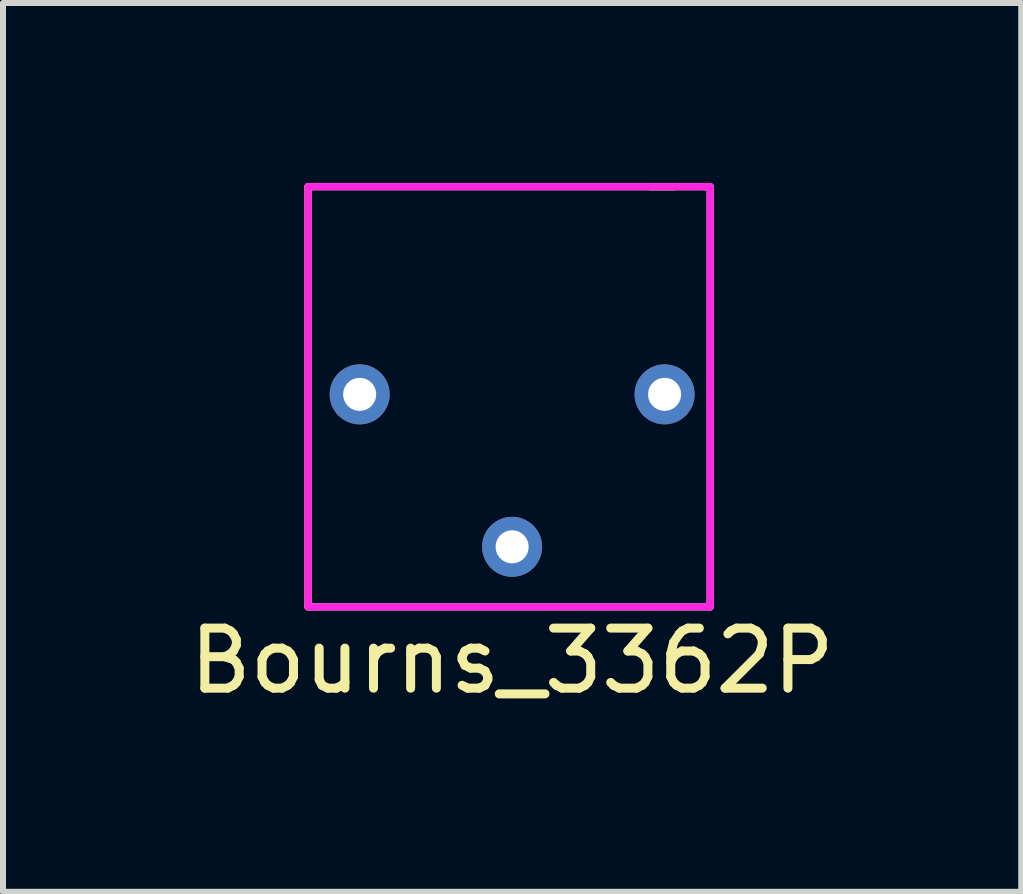
<source format=kicad_pcb>
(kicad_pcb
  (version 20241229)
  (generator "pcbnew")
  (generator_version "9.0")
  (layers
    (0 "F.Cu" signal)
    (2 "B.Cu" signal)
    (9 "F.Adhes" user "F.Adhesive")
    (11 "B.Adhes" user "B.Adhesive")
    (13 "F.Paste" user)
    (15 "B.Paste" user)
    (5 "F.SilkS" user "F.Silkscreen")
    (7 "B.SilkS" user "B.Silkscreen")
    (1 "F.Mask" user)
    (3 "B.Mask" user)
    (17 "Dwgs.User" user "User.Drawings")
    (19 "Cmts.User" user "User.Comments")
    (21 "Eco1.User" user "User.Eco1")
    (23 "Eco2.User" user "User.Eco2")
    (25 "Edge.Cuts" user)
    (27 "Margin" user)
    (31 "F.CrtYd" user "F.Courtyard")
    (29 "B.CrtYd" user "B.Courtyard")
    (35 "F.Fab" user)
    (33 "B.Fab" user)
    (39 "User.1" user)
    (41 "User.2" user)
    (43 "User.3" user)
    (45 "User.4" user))
  (footprint "Bourns_3362P"
    (layer "F.Cu")
    (at 5.482 6.06)
    (property "Reference" "Bourns_3362P" (at 0 1.9 0) (layer "F.SilkS") (effects (font (size 1 1) (thickness 0.15))))
    (attr through_hole)
    (fp_line (start -3.4 -6) (end 3.2 -6) (stroke (width 0.12) (type solid)) (layer "F.SilkS"))
    (fp_line (start -3.4 1) (end -3.4 -6) (stroke (width 0.12) (type solid)) (layer "F.SilkS"))
    (fp_line (start 2.7 -6) (end 2.3 -6) (stroke (width 0.12) (type solid)) (layer "F.SilkS"))
    (fp_line (start 3.2 -6) (end 3.3 -6) (stroke (width 0.12) (type solid)) (layer "F.SilkS"))
    (fp_line (start 3.3 -6) (end 3.3 1) (stroke (width 0.12) (type solid)) (layer "F.SilkS"))
    (fp_line (start 3.3 1) (end -3.4 1) (stroke (width 0.12) (type solid)) (layer "F.SilkS"))
    (fp_line (start -3.4 -6) (end 3.3 -6) (stroke (width 0.12) (type solid)) (layer "F.CrtYd"))
    (fp_line (start -3.4 1) (end -3.4 -6) (stroke (width 0.12) (type solid)) (layer "F.CrtYd"))
    (fp_line (start 3.3 -6) (end 3.3 1) (stroke (width 0.12) (type solid)) (layer "F.CrtYd"))
    (fp_line (start 3.3 1) (end -3.4 1) (stroke (width 0.12) (type solid)) (layer "F.CrtYd"))
    (pad "1" thru_hole circle (at -2.54 -2.54) (size 1 1) (drill 0.55) (layers "*.Cu" "*.Mask"))
    (pad "2" thru_hole circle (at 0 0) (size 1 1) (drill 0.55) (layers "*.Cu" "*.Mask"))
    (pad "3" thru_hole circle (at 2.54 -2.54) (size 1 1) (drill 0.55) (layers "*.Cu" "*.Mask")))
  (gr_rect
    (start -3 -3)
    (end 13.964 11.808)
    (stroke (width 0.1) (type default))
    (fill no)
    (layer "Edge.Cuts")))
</source>
